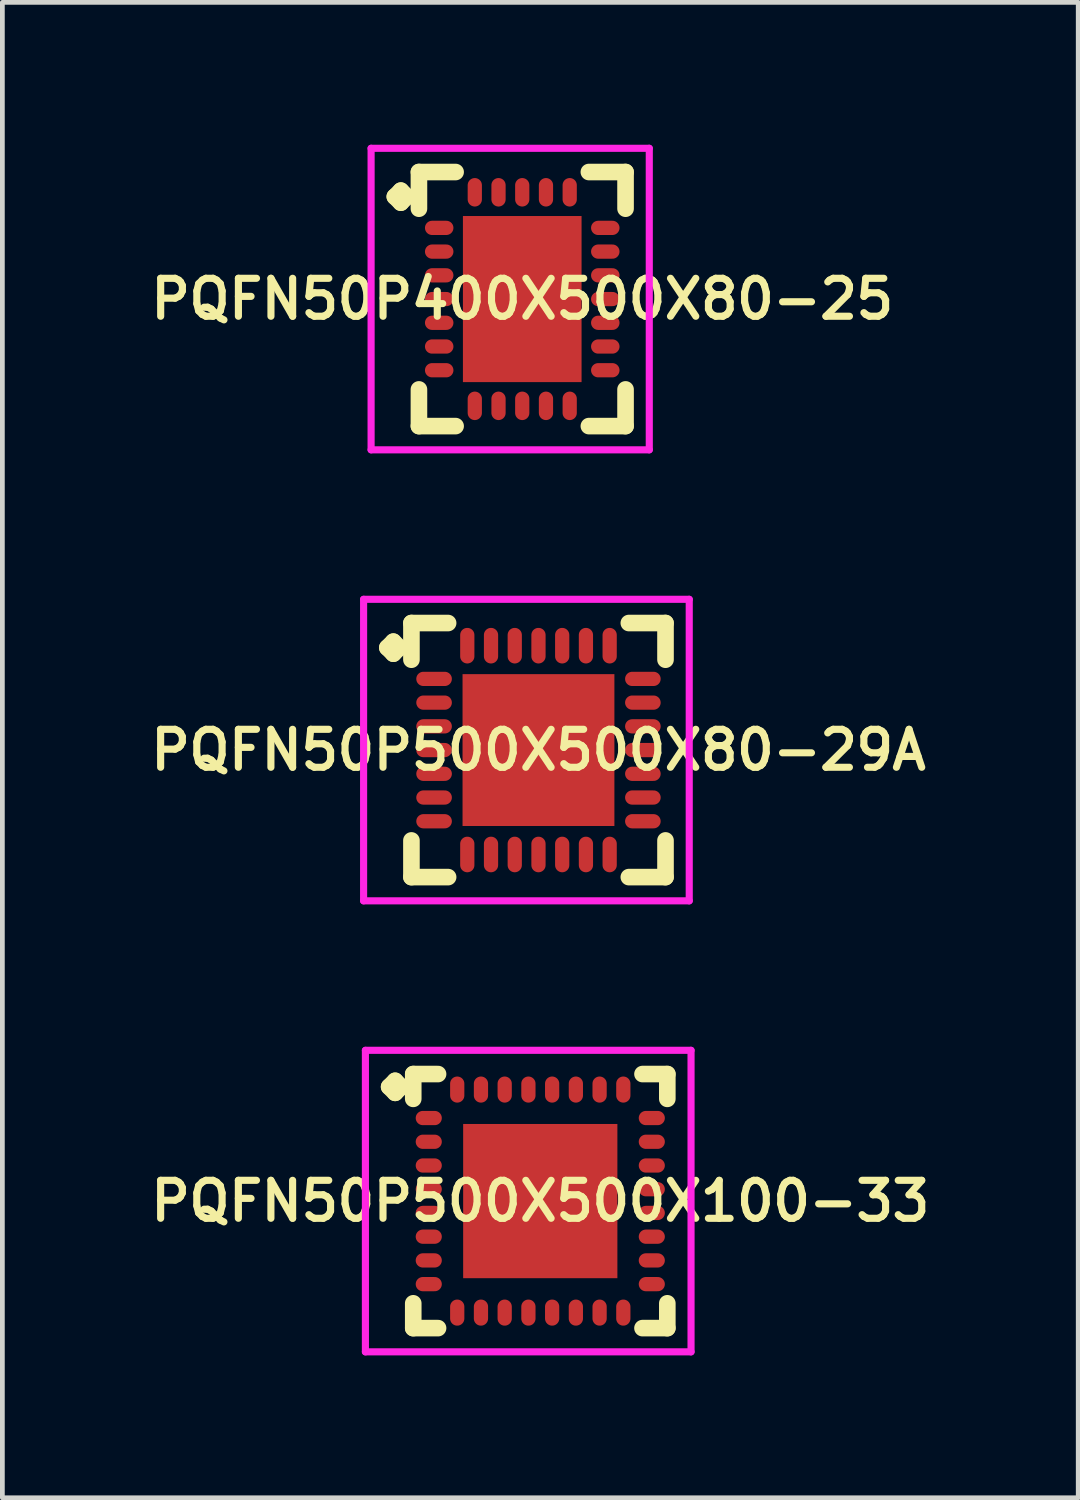
<source format=kicad_pcb>
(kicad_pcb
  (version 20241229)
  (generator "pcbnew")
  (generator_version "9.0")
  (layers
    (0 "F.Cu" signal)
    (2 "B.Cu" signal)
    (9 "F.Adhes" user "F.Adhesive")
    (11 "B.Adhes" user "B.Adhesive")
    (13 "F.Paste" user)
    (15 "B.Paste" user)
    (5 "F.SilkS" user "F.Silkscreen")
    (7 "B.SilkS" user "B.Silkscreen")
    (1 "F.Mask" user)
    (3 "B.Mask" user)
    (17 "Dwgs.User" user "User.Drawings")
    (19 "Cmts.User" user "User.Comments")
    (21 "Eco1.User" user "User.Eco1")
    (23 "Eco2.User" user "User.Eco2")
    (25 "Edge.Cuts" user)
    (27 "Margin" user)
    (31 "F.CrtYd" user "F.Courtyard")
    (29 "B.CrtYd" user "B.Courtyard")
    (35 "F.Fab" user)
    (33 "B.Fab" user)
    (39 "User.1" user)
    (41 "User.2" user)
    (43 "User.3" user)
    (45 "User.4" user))
  (footprint "PQFN50P500X500X80-29A"
    (layer "F.Cu")
    (at 8.297 12.756)
    (property "Reference" "PQFN50P500X500X80-29A" (at 0 0 0) (layer "F.SilkS") (effects (font (size 0.8 0.8) (thickness 0.15))))
    (attr smd)
    (fp_line (start -3.185 -2.158) (end -3.058 -2.285) (stroke (width 0.35) (type solid)) (layer "F.SilkS"))
    (fp_line (start -3.058 -2.285) (end -2.931 -2.158) (stroke (width 0.35) (type solid)) (layer "F.SilkS"))
    (fp_line (start -3.058 -2.031) (end -3.185 -2.158) (stroke (width 0.35) (type solid)) (layer "F.SilkS"))
    (fp_line (start -2.931 -2.158) (end -3.058 -2.031) (stroke (width 0.35) (type solid)) (layer "F.SilkS"))
    (fp_line (start -2.677 -2.677) (end -1.904 -2.677) (stroke (width 0.35) (type solid)) (layer "F.SilkS"))
    (fp_line (start -2.677 -1.904) (end -2.677 -2.677) (stroke (width 0.35) (type solid)) (layer "F.SilkS"))
    (fp_line (start -2.677 1.904) (end -2.677 2.677) (stroke (width 0.35) (type solid)) (layer "F.SilkS"))
    (fp_line (start -2.677 2.677) (end -1.904 2.677) (stroke (width 0.35) (type solid)) (layer "F.SilkS"))
    (fp_line (start 1.904 -2.677) (end 2.677 -2.677) (stroke (width 0.35) (type solid)) (layer "F.SilkS"))
    (fp_line (start 1.904 2.677) (end 2.677 2.677) (stroke (width 0.35) (type solid)) (layer "F.SilkS"))
    (fp_line (start 2.677 -2.677) (end 2.677 -1.904) (stroke (width 0.35) (type solid)) (layer "F.SilkS"))
    (fp_line (start 2.677 2.677) (end 2.677 1.904) (stroke (width 0.35) (type solid)) (layer "F.SilkS"))
    (fp_line (start -3.685 -3.177) (end 3.177 -3.177) (stroke (width 0.15) (type solid)) (layer "F.CrtYd"))
    (fp_line (start -3.685 3.177) (end -3.685 -3.177) (stroke (width 0.15) (type solid)) (layer "F.CrtYd"))
    (fp_line (start 3.177 -3.177) (end 3.177 3.177) (stroke (width 0.15) (type solid)) (layer "F.CrtYd"))
    (fp_line (start 3.177 3.177) (end -3.685 3.177) (stroke (width 0.15) (type solid)) (layer "F.CrtYd"))
    (pad "1" smd oval (at -2.2 -1.5) (size 0.75 0.3) (layers "F.Cu" "F.Mask" "F.Paste"))
    (pad "2" smd oval (at -2.2 -1) (size 0.75 0.3) (layers "F.Cu" "F.Mask" "F.Paste"))
    (pad "3" smd oval (at -2.2 -0.5) (size 0.75 0.3) (layers "F.Cu" "F.Mask" "F.Paste"))
    (pad "4" smd oval (at -2.2 0) (size 0.75 0.3) (layers "F.Cu" "F.Mask" "F.Paste"))
    (pad "5" smd oval (at -2.2 0.5) (size 0.75 0.3) (layers "F.Cu" "F.Mask" "F.Paste"))
    (pad "6" smd oval (at -2.2 1) (size 0.75 0.3) (layers "F.Cu" "F.Mask" "F.Paste"))
    (pad "7" smd oval (at -2.2 1.5) (size 0.75 0.3) (layers "F.Cu" "F.Mask" "F.Paste"))
    (pad "8" smd oval (at -1.5 2.2) (size 0.3 0.75) (layers "F.Cu" "F.Mask" "F.Paste"))
    (pad "9" smd oval (at -1 2.2) (size 0.3 0.75) (layers "F.Cu" "F.Mask" "F.Paste"))
    (pad "10" smd oval (at -0.5 2.2) (size 0.3 0.75) (layers "F.Cu" "F.Mask" "F.Paste"))
    (pad "11" smd oval (at 0 2.2) (size 0.3 0.75) (layers "F.Cu" "F.Mask" "F.Paste"))
    (pad "12" smd oval (at 0.5 2.2) (size 0.3 0.75) (layers "F.Cu" "F.Mask" "F.Paste"))
    (pad "13" smd oval (at 1 2.2) (size 0.3 0.75) (layers "F.Cu" "F.Mask" "F.Paste"))
    (pad "14" smd oval (at 1.5 2.2) (size 0.3 0.75) (layers "F.Cu" "F.Mask" "F.Paste"))
    (pad "15" smd oval (at 2.2 1.5) (size 0.75 0.3) (layers "F.Cu" "F.Mask" "F.Paste"))
    (pad "16" smd oval (at 2.2 1) (size 0.75 0.3) (layers "F.Cu" "F.Mask" "F.Paste"))
    (pad "17" smd oval (at 2.2 0.5) (size 0.75 0.3) (layers "F.Cu" "F.Mask" "F.Paste"))
    (pad "18" smd oval (at 2.2 0) (size 0.75 0.3) (layers "F.Cu" "F.Mask" "F.Paste"))
    (pad "19" smd oval (at 2.2 -0.5) (size 0.75 0.3) (layers "F.Cu" "F.Mask" "F.Paste"))
    (pad "20" smd oval (at 2.2 -1) (size 0.75 0.3) (layers "F.Cu" "F.Mask" "F.Paste"))
    (pad "21" smd oval (at 2.2 -1.5) (size 0.75 0.3) (layers "F.Cu" "F.Mask" "F.Paste"))
    (pad "22" smd oval (at 1.5 -2.2) (size 0.3 0.75) (layers "F.Cu" "F.Mask" "F.Paste"))
    (pad "23" smd oval (at 1 -2.2) (size 0.3 0.75) (layers "F.Cu" "F.Mask" "F.Paste"))
    (pad "24" smd oval (at 0.5 -2.2) (size 0.3 0.75) (layers "F.Cu" "F.Mask" "F.Paste"))
    (pad "25" smd oval (at 0 -2.2) (size 0.3 0.75) (layers "F.Cu" "F.Mask" "F.Paste"))
    (pad "26" smd oval (at -0.5 -2.2) (size 0.3 0.75) (layers "F.Cu" "F.Mask" "F.Paste"))
    (pad "27" smd oval (at -1 -2.2) (size 0.3 0.75) (layers "F.Cu" "F.Mask" "F.Paste"))
    (pad "28" smd oval (at -1.5 -2.2) (size 0.3 0.75) (layers "F.Cu" "F.Mask" "F.Paste"))
    (pad "29" smd rect (at 0 0) (size 3.2 3.2) (layers "F.Cu" "F.Mask" "F.Paste")))
  (footprint "PQFN50P500X500X100-33"
    (layer "F.Cu")
    (at 8.335 22.26)
    (property "Reference" "PQFN50P500X500X100-33" (at 0 0 0) (layer "F.SilkS") (effects (font (size 0.8 0.8) (thickness 0.15))))
    (attr smd)
    (fp_line (start -3.185 -2.408) (end -3.058 -2.535) (stroke (width 0.35) (type solid)) (layer "F.SilkS"))
    (fp_line (start -3.058 -2.535) (end -2.931 -2.408) (stroke (width 0.35) (type solid)) (layer "F.SilkS"))
    (fp_line (start -3.058 -2.281) (end -3.185 -2.408) (stroke (width 0.35) (type solid)) (layer "F.SilkS"))
    (fp_line (start -2.931 -2.408) (end -3.058 -2.281) (stroke (width 0.35) (type solid)) (layer "F.SilkS"))
    (fp_line (start -2.677 -2.677) (end -2.154 -2.677) (stroke (width 0.35) (type solid)) (layer "F.SilkS"))
    (fp_line (start -2.677 -2.154) (end -2.677 -2.677) (stroke (width 0.35) (type solid)) (layer "F.SilkS"))
    (fp_line (start -2.677 2.154) (end -2.677 2.677) (stroke (width 0.35) (type solid)) (layer "F.SilkS"))
    (fp_line (start -2.677 2.677) (end -2.154 2.677) (stroke (width 0.35) (type solid)) (layer "F.SilkS"))
    (fp_line (start 2.154 -2.677) (end 2.677 -2.677) (stroke (width 0.35) (type solid)) (layer "F.SilkS"))
    (fp_line (start 2.154 2.677) (end 2.677 2.677) (stroke (width 0.35) (type solid)) (layer "F.SilkS"))
    (fp_line (start 2.677 -2.677) (end 2.677 -2.154) (stroke (width 0.35) (type solid)) (layer "F.SilkS"))
    (fp_line (start 2.677 2.677) (end 2.677 2.154) (stroke (width 0.35) (type solid)) (layer "F.SilkS"))
    (fp_line (start -3.685 -3.177) (end 3.177 -3.177) (stroke (width 0.15) (type solid)) (layer "F.CrtYd"))
    (fp_line (start -3.685 3.177) (end -3.685 -3.177) (stroke (width 0.15) (type solid)) (layer "F.CrtYd"))
    (fp_line (start 3.177 -3.177) (end 3.177 3.177) (stroke (width 0.15) (type solid)) (layer "F.CrtYd"))
    (fp_line (start 3.177 3.177) (end -3.685 3.177) (stroke (width 0.15) (type solid)) (layer "F.CrtYd"))
    (pad "1" smd oval (at -2.35 -1.75) (size 0.55 0.3) (layers "F.Cu" "F.Mask" "F.Paste"))
    (pad "2" smd oval (at -2.35 -1.25) (size 0.55 0.3) (layers "F.Cu" "F.Mask" "F.Paste"))
    (pad "3" smd oval (at -2.35 -0.75) (size 0.55 0.3) (layers "F.Cu" "F.Mask" "F.Paste"))
    (pad "4" smd oval (at -2.35 -0.25) (size 0.55 0.3) (layers "F.Cu" "F.Mask" "F.Paste"))
    (pad "5" smd oval (at -2.35 0.25) (size 0.55 0.3) (layers "F.Cu" "F.Mask" "F.Paste"))
    (pad "6" smd oval (at -2.35 0.75) (size 0.55 0.3) (layers "F.Cu" "F.Mask" "F.Paste"))
    (pad "7" smd oval (at -2.35 1.25) (size 0.55 0.3) (layers "F.Cu" "F.Mask" "F.Paste"))
    (pad "8" smd oval (at -2.35 1.75) (size 0.55 0.3) (layers "F.Cu" "F.Mask" "F.Paste"))
    (pad "9" smd oval (at -1.75 2.35) (size 0.3 0.55) (layers "F.Cu" "F.Mask" "F.Paste"))
    (pad "10" smd oval (at -1.25 2.35) (size 0.3 0.55) (layers "F.Cu" "F.Mask" "F.Paste"))
    (pad "11" smd oval (at -0.75 2.35) (size 0.3 0.55) (layers "F.Cu" "F.Mask" "F.Paste"))
    (pad "12" smd oval (at -0.25 2.35) (size 0.3 0.55) (layers "F.Cu" "F.Mask" "F.Paste"))
    (pad "13" smd oval (at 0.25 2.35) (size 0.3 0.55) (layers "F.Cu" "F.Mask" "F.Paste"))
    (pad "14" smd oval (at 0.75 2.35) (size 0.3 0.55) (layers "F.Cu" "F.Mask" "F.Paste"))
    (pad "15" smd oval (at 1.25 2.35) (size 0.3 0.55) (layers "F.Cu" "F.Mask" "F.Paste"))
    (pad "16" smd oval (at 1.75 2.35) (size 0.3 0.55) (layers "F.Cu" "F.Mask" "F.Paste"))
    (pad "17" smd oval (at 2.35 1.75) (size 0.55 0.3) (layers "F.Cu" "F.Mask" "F.Paste"))
    (pad "18" smd oval (at 2.35 1.25) (size 0.55 0.3) (layers "F.Cu" "F.Mask" "F.Paste"))
    (pad "19" smd oval (at 2.35 0.75) (size 0.55 0.3) (layers "F.Cu" "F.Mask" "F.Paste"))
    (pad "20" smd oval (at 2.35 0.25) (size 0.55 0.3) (layers "F.Cu" "F.Mask" "F.Paste"))
    (pad "21" smd oval (at 2.35 -0.25) (size 0.55 0.3) (layers "F.Cu" "F.Mask" "F.Paste"))
    (pad "22" smd oval (at 2.35 -0.75) (size 0.55 0.3) (layers "F.Cu" "F.Mask" "F.Paste"))
    (pad "23" smd oval (at 2.35 -1.25) (size 0.55 0.3) (layers "F.Cu" "F.Mask" "F.Paste"))
    (pad "24" smd oval (at 2.35 -1.75) (size 0.55 0.3) (layers "F.Cu" "F.Mask" "F.Paste"))
    (pad "25" smd oval (at 1.75 -2.35) (size 0.3 0.55) (layers "F.Cu" "F.Mask" "F.Paste"))
    (pad "26" smd oval (at 1.25 -2.35) (size 0.3 0.55) (layers "F.Cu" "F.Mask" "F.Paste"))
    (pad "27" smd oval (at 0.75 -2.35) (size 0.3 0.55) (layers "F.Cu" "F.Mask" "F.Paste"))
    (pad "28" smd oval (at 0.25 -2.35) (size 0.3 0.55) (layers "F.Cu" "F.Mask" "F.Paste"))
    (pad "29" smd oval (at -0.25 -2.35) (size 0.3 0.55) (layers "F.Cu" "F.Mask" "F.Paste"))
    (pad "30" smd oval (at -0.75 -2.35) (size 0.3 0.55) (layers "F.Cu" "F.Mask" "F.Paste"))
    (pad "31" smd oval (at -1.25 -2.35) (size 0.3 0.55) (layers "F.Cu" "F.Mask" "F.Paste"))
    (pad "32" smd oval (at -1.75 -2.35) (size 0.3 0.55) (layers "F.Cu" "F.Mask" "F.Paste"))
    (pad "33" smd rect (at 0 0) (size 3.25 3.25) (layers "F.Cu" "F.Mask" "F.Paste")))
  (footprint "PQFN50P400X500X80-25"
    (layer "F.Cu")
    (at 7.955 3.252)
    (property "Reference" "PQFN50P400X500X80-25" (at 0 0 0) (layer "F.SilkS") (effects (font (size 0.8 0.8) (thickness 0.15))))
    (attr smd)
    (fp_line (start -2.685 -2.158) (end -2.558 -2.285) (stroke (width 0.35) (type solid)) (layer "F.SilkS"))
    (fp_line (start -2.558 -2.285) (end -2.431 -2.158) (stroke (width 0.35) (type solid)) (layer "F.SilkS"))
    (fp_line (start -2.558 -2.031) (end -2.685 -2.158) (stroke (width 0.35) (type solid)) (layer "F.SilkS"))
    (fp_line (start -2.431 -2.158) (end -2.558 -2.031) (stroke (width 0.35) (type solid)) (layer "F.SilkS"))
    (fp_line (start -2.177 -2.677) (end -1.404 -2.677) (stroke (width 0.35) (type solid)) (layer "F.SilkS"))
    (fp_line (start -2.177 -1.904) (end -2.177 -2.677) (stroke (width 0.35) (type solid)) (layer "F.SilkS"))
    (fp_line (start -2.177 1.904) (end -2.177 2.677) (stroke (width 0.35) (type solid)) (layer "F.SilkS"))
    (fp_line (start -2.177 2.677) (end -1.404 2.677) (stroke (width 0.35) (type solid)) (layer "F.SilkS"))
    (fp_line (start 1.404 -2.677) (end 2.177 -2.677) (stroke (width 0.35) (type solid)) (layer "F.SilkS"))
    (fp_line (start 1.404 2.677) (end 2.177 2.677) (stroke (width 0.35) (type solid)) (layer "F.SilkS"))
    (fp_line (start 2.177 -2.677) (end 2.177 -1.904) (stroke (width 0.35) (type solid)) (layer "F.SilkS"))
    (fp_line (start 2.177 2.677) (end 2.177 1.904) (stroke (width 0.35) (type solid)) (layer "F.SilkS"))
    (fp_line (start -3.185 -3.177) (end 2.677 -3.177) (stroke (width 0.15) (type solid)) (layer "F.CrtYd"))
    (fp_line (start -3.185 3.177) (end -3.185 -3.177) (stroke (width 0.15) (type solid)) (layer "F.CrtYd"))
    (fp_line (start 2.677 -3.177) (end 2.677 3.177) (stroke (width 0.15) (type solid)) (layer "F.CrtYd"))
    (fp_line (start 2.677 3.177) (end -3.185 3.177) (stroke (width 0.15) (type solid)) (layer "F.CrtYd"))
    (pad "1" smd oval (at -1.75 -1.5) (size 0.6 0.3) (layers "F.Cu" "F.Mask" "F.Paste"))
    (pad "2" smd oval (at -1.75 -1) (size 0.6 0.3) (layers "F.Cu" "F.Mask" "F.Paste"))
    (pad "3" smd oval (at -1.75 -0.5) (size 0.6 0.3) (layers "F.Cu" "F.Mask" "F.Paste"))
    (pad "4" smd oval (at -1.75 0) (size 0.6 0.3) (layers "F.Cu" "F.Mask" "F.Paste"))
    (pad "5" smd oval (at -1.75 0.5) (size 0.6 0.3) (layers "F.Cu" "F.Mask" "F.Paste"))
    (pad "6" smd oval (at -1.75 1) (size 0.6 0.3) (layers "F.Cu" "F.Mask" "F.Paste"))
    (pad "7" smd oval (at -1.75 1.5) (size 0.6 0.3) (layers "F.Cu" "F.Mask" "F.Paste"))
    (pad "8" smd oval (at -1 2.25) (size 0.3 0.6) (layers "F.Cu" "F.Mask" "F.Paste"))
    (pad "9" smd oval (at -0.5 2.25) (size 0.3 0.6) (layers "F.Cu" "F.Mask" "F.Paste"))
    (pad "10" smd oval (at 0 2.25) (size 0.3 0.6) (layers "F.Cu" "F.Mask" "F.Paste"))
    (pad "11" smd oval (at 0.5 2.25) (size 0.3 0.6) (layers "F.Cu" "F.Mask" "F.Paste"))
    (pad "12" smd oval (at 1 2.25) (size 0.3 0.6) (layers "F.Cu" "F.Mask" "F.Paste"))
    (pad "13" smd oval (at 1.75 1.5) (size 0.6 0.3) (layers "F.Cu" "F.Mask" "F.Paste"))
    (pad "14" smd oval (at 1.75 1) (size 0.6 0.3) (layers "F.Cu" "F.Mask" "F.Paste"))
    (pad "15" smd oval (at 1.75 0.5) (size 0.6 0.3) (layers "F.Cu" "F.Mask" "F.Paste"))
    (pad "16" smd oval (at 1.75 0) (size 0.6 0.3) (layers "F.Cu" "F.Mask" "F.Paste"))
    (pad "17" smd oval (at 1.75 -0.5) (size 0.6 0.3) (layers "F.Cu" "F.Mask" "F.Paste"))
    (pad "18" smd oval (at 1.75 -1) (size 0.6 0.3) (layers "F.Cu" "F.Mask" "F.Paste"))
    (pad "19" smd oval (at 1.75 -1.5) (size 0.6 0.3) (layers "F.Cu" "F.Mask" "F.Paste"))
    (pad "20" smd oval (at 1 -2.25) (size 0.3 0.6) (layers "F.Cu" "F.Mask" "F.Paste"))
    (pad "21" smd oval (at 0.5 -2.25) (size 0.3 0.6) (layers "F.Cu" "F.Mask" "F.Paste"))
    (pad "22" smd oval (at 0 -2.25) (size 0.3 0.6) (layers "F.Cu" "F.Mask" "F.Paste"))
    (pad "23" smd oval (at -0.5 -2.25) (size 0.3 0.6) (layers "F.Cu" "F.Mask" "F.Paste"))
    (pad "24" smd oval (at -1 -2.25) (size 0.3 0.6) (layers "F.Cu" "F.Mask" "F.Paste"))
    (pad "25" smd rect (at 0 0) (size 2.5 3.5) (layers "F.Cu" "F.Mask" "F.Paste")))
  (gr_rect
    (start -3 -3)
    (end 19.671 28.512)
    (stroke (width 0.1) (type default))
    (fill no)
    (layer "Edge.Cuts")))
</source>
